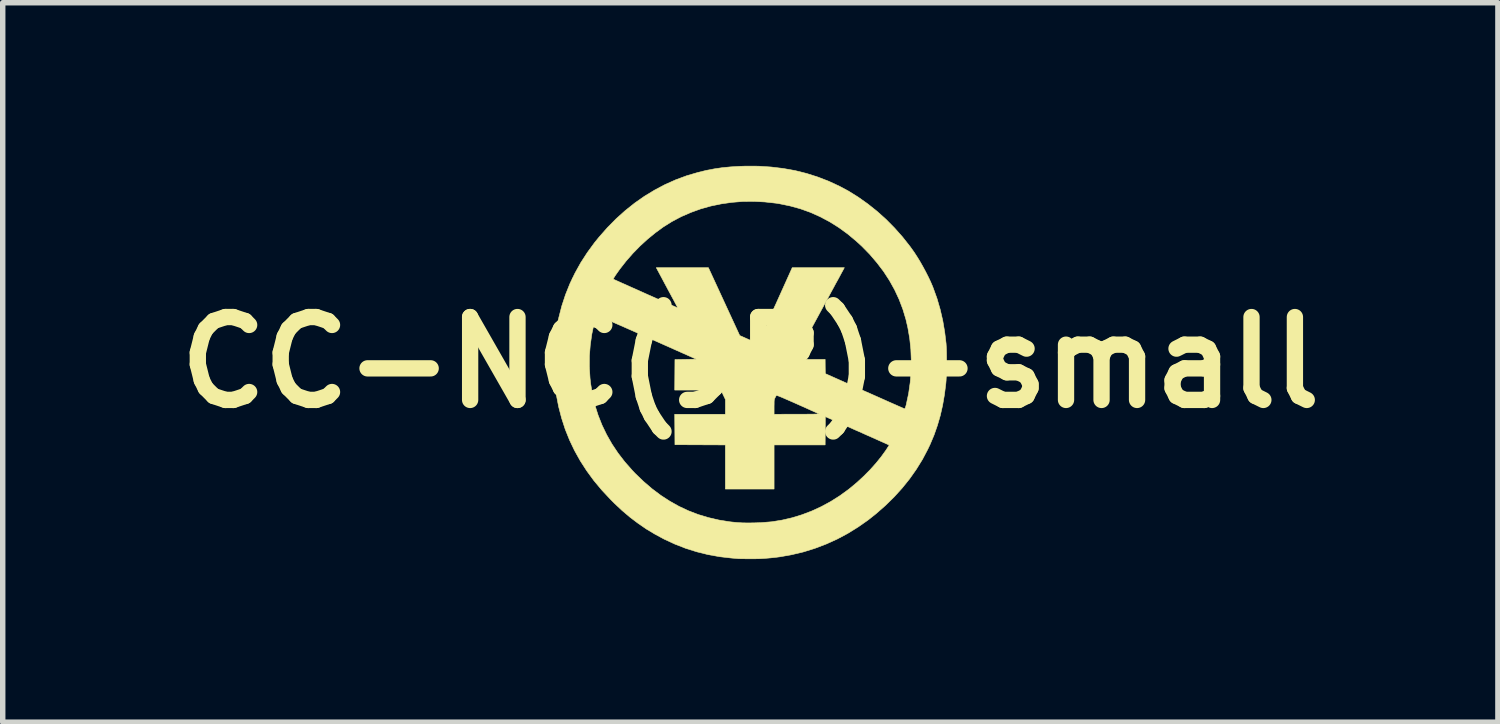
<source format=kicad_pcb>
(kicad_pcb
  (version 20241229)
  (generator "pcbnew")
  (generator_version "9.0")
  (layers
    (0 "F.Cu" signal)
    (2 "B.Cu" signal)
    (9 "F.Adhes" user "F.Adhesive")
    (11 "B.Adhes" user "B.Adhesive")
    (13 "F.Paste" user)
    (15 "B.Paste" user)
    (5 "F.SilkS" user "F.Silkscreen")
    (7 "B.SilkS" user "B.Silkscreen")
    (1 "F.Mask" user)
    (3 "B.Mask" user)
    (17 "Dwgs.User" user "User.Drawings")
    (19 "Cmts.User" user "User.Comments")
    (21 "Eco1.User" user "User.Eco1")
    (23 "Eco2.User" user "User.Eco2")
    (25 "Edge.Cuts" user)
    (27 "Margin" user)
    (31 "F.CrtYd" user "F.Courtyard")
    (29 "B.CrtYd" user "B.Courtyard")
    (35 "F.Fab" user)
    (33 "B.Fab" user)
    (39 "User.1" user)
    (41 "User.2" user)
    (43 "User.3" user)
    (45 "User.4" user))
  (footprint "CC-NC(JP)-small"
    (layer "F.Cu")
    (at 10.748 3.615)
    (property "Reference" "CC-NC(JP)-small" (at 0 0 0) (layer "F.SilkS") (effects (font (size 1.524 1.524) (thickness 0.3))))
    (attr through_hole)
    (fp_poly (pts (xy 0.151 -3.609) (xy 0.381 -3.594) (xy 0.605 -3.567) (xy 0.824 -3.528) (xy 1.036 -3.475) (xy 1.243 -3.409) (xy 1.444 -3.331) (xy 1.64 -3.24) (xy 1.799 -3.155) (xy 1.981 -3.042) (xy 2.159 -2.916) (xy 2.331 -2.779) (xy 2.496 -2.631) (xy 2.652 -2.473) (xy 2.801 -2.305) (xy 2.939 -2.13) (xy 3.014 -2.025) (xy 3.064 -1.948) (xy 3.117 -1.862) (xy 3.17 -1.769) (xy 3.222 -1.673) (xy 3.271 -1.577) (xy 3.315 -1.484) (xy 3.352 -1.398) (xy 3.362 -1.372) (xy 3.433 -1.176) (xy 3.491 -0.976) (xy 3.539 -0.769) (xy 3.575 -0.556) (xy 3.6 -0.349) (xy 3.603 -0.302) (xy 3.606 -0.243) (xy 3.608 -0.175) (xy 3.609 -0.101) (xy 3.609 -0.022) (xy 3.609 0.057) (xy 3.608 0.136) (xy 3.606 0.21) (xy 3.603 0.278) (xy 3.6 0.337) (xy 3.596 0.385) (xy 3.57 0.592) (xy 3.536 0.789) (xy 3.493 0.978) (xy 3.44 1.16) (xy 3.378 1.337) (xy 3.305 1.51) (xy 3.263 1.598) (xy 3.165 1.784) (xy 3.053 1.965) (xy 2.929 2.141) (xy 2.792 2.311) (xy 2.644 2.474) (xy 2.484 2.631) (xy 2.313 2.781) (xy 2.163 2.9) (xy 1.98 3.028) (xy 1.791 3.145) (xy 1.596 3.249) (xy 1.395 3.34) (xy 1.19 3.418) (xy 0.979 3.484) (xy 0.765 3.535) (xy 0.548 3.574) (xy 0.47 3.584) (xy 0.367 3.595) (xy 0.271 3.603) (xy 0.176 3.609) (xy 0.078 3.611) (xy -0.022 3.611) (xy -0.072 3.611) (xy -0.118 3.61) (xy -0.159 3.61) (xy -0.192 3.609) (xy -0.214 3.608) (xy -0.222 3.608) (xy -0.24 3.606) (xy -0.268 3.604) (xy -0.303 3.601) (xy -0.34 3.598) (xy -0.342 3.598) (xy -0.559 3.573) (xy -0.773 3.535) (xy -0.983 3.483) (xy -1.19 3.418) (xy -1.392 3.339) (xy -1.59 3.247) (xy -1.591 3.246) (xy -1.756 3.157) (xy -1.914 3.062) (xy -2.065 2.958) (xy -2.213 2.846) (xy -2.358 2.723) (xy -2.502 2.588) (xy -2.575 2.514) (xy -2.733 2.345) (xy -2.878 2.171) (xy -3.009 1.992) (xy -3.127 1.809) (xy -3.232 1.621) (xy -3.324 1.428) (xy -3.404 1.229) (xy -3.47 1.025) (xy -3.525 0.814) (xy -3.567 0.597) (xy -3.596 0.377) (xy -3.601 0.321) (xy -3.604 0.253) (xy -3.607 0.177) (xy -3.609 0.094) (xy -3.609 0.088) (xy -2.96 0.088) (xy -2.947 0.295) (xy -2.935 0.398) (xy -2.903 0.594) (xy -2.858 0.785) (xy -2.799 0.971) (xy -2.727 1.153) (xy -2.642 1.329) (xy -2.544 1.501) (xy -2.433 1.667) (xy -2.308 1.829) (xy -2.17 1.986) (xy -2.117 2.042) (xy -1.964 2.189) (xy -1.808 2.323) (xy -1.647 2.444) (xy -1.482 2.551) (xy -1.313 2.646) (xy -1.138 2.728) (xy -0.958 2.797) (xy -0.772 2.853) (xy -0.579 2.898) (xy -0.38 2.93) (xy -0.335 2.935) (xy -0.243 2.944) (xy -0.144 2.95) (xy -0.038 2.952) (xy 0.077 2.95) (xy 0.204 2.946) (xy 0.208 2.945) (xy 0.395 2.93) (xy 0.581 2.9) (xy 0.767 2.857) (xy 0.95 2.801) (xy 1.131 2.732) (xy 1.307 2.651) (xy 1.48 2.557) (xy 1.646 2.452) (xy 1.807 2.335) (xy 1.837 2.311) (xy 1.964 2.205) (xy 2.086 2.092) (xy 2.202 1.975) (xy 2.309 1.856) (xy 2.406 1.736) (xy 2.492 1.617) (xy 2.513 1.585) (xy 2.554 1.52) (xy 2.528 1.508) (xy 2.517 1.503) (xy 2.495 1.493) (xy 2.462 1.478) (xy 2.419 1.459) (xy 2.367 1.436) (xy 2.307 1.409) (xy 2.24 1.379) (xy 2.167 1.347) (xy 2.089 1.312) (xy 2.007 1.275) (xy 1.94 1.246) (xy 1.379 0.996) (xy 1.378 1.257) (xy 1.376 1.517) (xy 0.437 1.517) (xy 0.437 2.328) (xy -0.459 2.328) (xy -0.459 1.517) (xy -0.923 1.515) (xy -1.386 1.513) (xy -1.388 1.233) (xy -1.39 0.953) (xy -0.459 0.953) (xy -0.458 0.818) (xy 0.437 0.818) (xy 0.437 0.953) (xy 0.855 0.952) (xy 0.934 0.952) (xy 1.006 0.952) (xy 1.072 0.951) (xy 1.13 0.951) (xy 1.178 0.95) (xy 1.217 0.949) (xy 1.245 0.948) (xy 1.26 0.947) (xy 1.263 0.946) (xy 1.255 0.942) (xy 1.235 0.933) (xy 1.204 0.919) (xy 1.164 0.901) (xy 1.116 0.88) (xy 1.061 0.855) (xy 1 0.827) (xy 0.934 0.798) (xy 0.869 0.769) (xy 0.786 0.732) (xy 0.715 0.701) (xy 0.655 0.675) (xy 0.605 0.653) (xy 0.565 0.636) (xy 0.534 0.624) (xy 0.511 0.615) (xy 0.494 0.609) (xy 0.484 0.607) (xy 0.479 0.607) (xy 0.479 0.608) (xy 0.472 0.619) (xy 0.461 0.638) (xy 0.455 0.651) (xy 0.449 0.663) (xy 0.444 0.675) (xy 0.441 0.688) (xy 0.439 0.706) (xy 0.438 0.73) (xy 0.438 0.763) (xy 0.437 0.807) (xy 0.437 0.818) (xy -0.458 0.818) (xy -0.458 0.817) (xy -0.458 0.681) (xy -0.499 0.595) (xy -0.54 0.508) (xy -1.39 0.508) (xy -1.388 0.228) (xy -1.386 -0.053) (xy -1.19 -0.056) (xy -0.993 -0.06) (xy -1.909 -0.468) (xy -2.016 -0.515) (xy -2.12 -0.562) (xy -2.22 -0.606) (xy -2.315 -0.648) (xy -2.404 -0.687) (xy -2.487 -0.723) (xy -2.563 -0.756) (xy -2.631 -0.786) (xy -2.69 -0.811) (xy -2.74 -0.832) (xy -2.779 -0.849) (xy -2.808 -0.861) (xy -2.825 -0.868) (xy -2.831 -0.869) (xy -2.834 -0.861) (xy -2.84 -0.841) (xy -2.849 -0.812) (xy -2.858 -0.775) (xy -2.869 -0.733) (xy -2.871 -0.725) (xy -2.914 -0.524) (xy -2.943 -0.322) (xy -2.959 -0.118) (xy -2.96 0.088) (xy -3.609 0.088) (xy -3.609 0.009) (xy -3.609 -0.076) (xy -3.608 -0.159) (xy -3.605 -0.237) (xy -3.602 -0.307) (xy -3.597 -0.366) (xy -3.596 -0.377) (xy -3.565 -0.604) (xy -3.522 -0.824) (xy -3.467 -1.038) (xy -3.399 -1.245) (xy -3.318 -1.447) (xy -3.276 -1.536) (xy -2.519 -1.536) (xy -2.516 -1.531) (xy -2.51 -1.527) (xy -2.51 -1.527) (xy -2.502 -1.523) (xy -2.482 -1.514) (xy -2.451 -1.5) (xy -2.411 -1.482) (xy -2.363 -1.46) (xy -2.307 -1.436) (xy -2.245 -1.408) (xy -2.179 -1.378) (xy -2.108 -1.347) (xy -2.035 -1.314) (xy -1.961 -1.281) (xy -1.886 -1.247) (xy -1.811 -1.214) (xy -1.739 -1.182) (xy -1.67 -1.151) (xy -1.604 -1.122) (xy -1.545 -1.096) (xy -1.491 -1.072) (xy -1.445 -1.051) (xy -1.408 -1.035) (xy -1.381 -1.023) (xy -1.364 -1.016) (xy -1.363 -1.015) (xy -1.333 -1.002) (xy -1.342 -1.018) (xy -1.346 -1.027) (xy -1.357 -1.047) (xy -1.373 -1.078) (xy -1.394 -1.117) (xy -1.419 -1.164) (xy -1.448 -1.217) (xy -1.479 -1.275) (xy -1.513 -1.338) (xy -1.531 -1.372) (xy -1.566 -1.437) (xy -1.598 -1.497) (xy -1.628 -1.554) (xy -1.655 -1.604) (xy -1.678 -1.647) (xy -1.697 -1.683) (xy -1.711 -1.708) (xy -1.719 -1.724) (xy -1.721 -1.727) (xy -1.729 -1.743) (xy -0.771 -1.743) (xy -0.483 -1.119) (xy -0.195 -0.495) (xy -0.029 -0.421) (xy 0.016 -0.401) (xy 0.057 -0.384) (xy 0.092 -0.369) (xy 0.119 -0.359) (xy 0.136 -0.353) (xy 0.142 -0.352) (xy 0.145 -0.359) (xy 0.154 -0.378) (xy 0.168 -0.408) (xy 0.186 -0.448) (xy 0.209 -0.498) (xy 0.236 -0.557) (xy 0.266 -0.623) (xy 0.299 -0.697) (xy 0.335 -0.777) (xy 0.374 -0.862) (xy 0.414 -0.951) (xy 0.456 -1.045) (xy 0.459 -1.05) (xy 0.771 -1.743) (xy 1.729 -1.743) (xy 1.721 -1.727) (xy 1.716 -1.719) (xy 1.706 -1.699) (xy 1.689 -1.668) (xy 1.667 -1.628) (xy 1.64 -1.577) (xy 1.608 -1.518) (xy 1.571 -1.452) (xy 1.531 -1.377) (xy 1.487 -1.297) (xy 1.441 -1.21) (xy 1.391 -1.119) (xy 1.339 -1.023) (xy 1.285 -0.924) (xy 1.265 -0.887) (xy 1.211 -0.787) (xy 1.159 -0.691) (xy 1.109 -0.598) (xy 1.061 -0.511) (xy 1.017 -0.429) (xy 0.976 -0.353) (xy 0.939 -0.284) (xy 0.906 -0.224) (xy 0.878 -0.171) (xy 0.854 -0.128) (xy 0.837 -0.095) (xy 0.825 -0.072) (xy 0.819 -0.061) (xy 0.818 -0.06) (xy 0.825 -0.059) (xy 0.845 -0.059) (xy 0.875 -0.058) (xy 0.915 -0.057) (xy 0.964 -0.057) (xy 1.018 -0.057) (xy 1.078 -0.056) (xy 1.097 -0.056) (xy 1.376 -0.056) (xy 1.377 0.075) (xy 1.379 0.206) (xy 2.106 0.53) (xy 2.202 0.572) (xy 2.294 0.613) (xy 2.382 0.652) (xy 2.465 0.689) (xy 2.541 0.723) (xy 2.611 0.754) (xy 2.673 0.781) (xy 2.727 0.805) (xy 2.771 0.824) (xy 2.805 0.839) (xy 2.828 0.849) (xy 2.84 0.853) (xy 2.841 0.854) (xy 2.845 0.847) (xy 2.852 0.83) (xy 2.86 0.803) (xy 2.869 0.771) (xy 2.87 0.764) (xy 2.912 0.568) (xy 2.94 0.369) (xy 2.957 0.166) (xy 2.96 -0.037) (xy 2.952 -0.24) (xy 2.931 -0.441) (xy 2.897 -0.638) (xy 2.861 -0.794) (xy 2.805 -0.979) (xy 2.736 -1.16) (xy 2.654 -1.336) (xy 2.559 -1.507) (xy 2.451 -1.673) (xy 2.329 -1.833) (xy 2.196 -1.989) (xy 2.05 -2.138) (xy 1.947 -2.232) (xy 1.789 -2.364) (xy 1.626 -2.482) (xy 1.457 -2.588) (xy 1.283 -2.68) (xy 1.104 -2.76) (xy 0.92 -2.826) (xy 0.731 -2.878) (xy 0.537 -2.918) (xy 0.476 -2.928) (xy 0.27 -2.951) (xy 0.065 -2.962) (xy -0.138 -2.96) (xy -0.338 -2.944) (xy -0.534 -2.916) (xy -0.727 -2.876) (xy -0.915 -2.823) (xy -1.097 -2.757) (xy -1.274 -2.68) (xy -1.443 -2.59) (xy -1.453 -2.584) (xy -1.601 -2.491) (xy -1.746 -2.385) (xy -1.889 -2.268) (xy -2.027 -2.142) (xy -2.16 -2.006) (xy -2.285 -1.863) (xy -2.401 -1.715) (xy -2.476 -1.609) (xy -2.496 -1.578) (xy -2.509 -1.557) (xy -2.517 -1.544) (xy -2.519 -1.536) (xy -3.276 -1.536) (xy -3.224 -1.643) (xy -3.118 -1.834) (xy -2.998 -2.02) (xy -2.865 -2.202) (xy -2.782 -2.304) (xy -2.628 -2.479) (xy -2.467 -2.642) (xy -2.3 -2.792) (xy -2.127 -2.93) (xy -1.947 -3.056) (xy -1.761 -3.169) (xy -1.57 -3.27) (xy -1.373 -3.358) (xy -1.171 -3.433) (xy -0.963 -3.494) (xy -0.959 -3.495) (xy -0.812 -3.531) (xy -0.667 -3.559) (xy -0.519 -3.581) (xy -0.366 -3.596) (xy -0.206 -3.606) (xy -0.085 -3.61) (xy 0.151 -3.609)) (stroke (width 0.01) (type solid)) (fill yes) (layer "F.SilkS")))
  (gr_rect
    (start -3 -3)
    (end 24.496 10.231)
    (stroke (width 0.1) (type default))
    (fill no)
    (layer "Edge.Cuts")))
</source>
